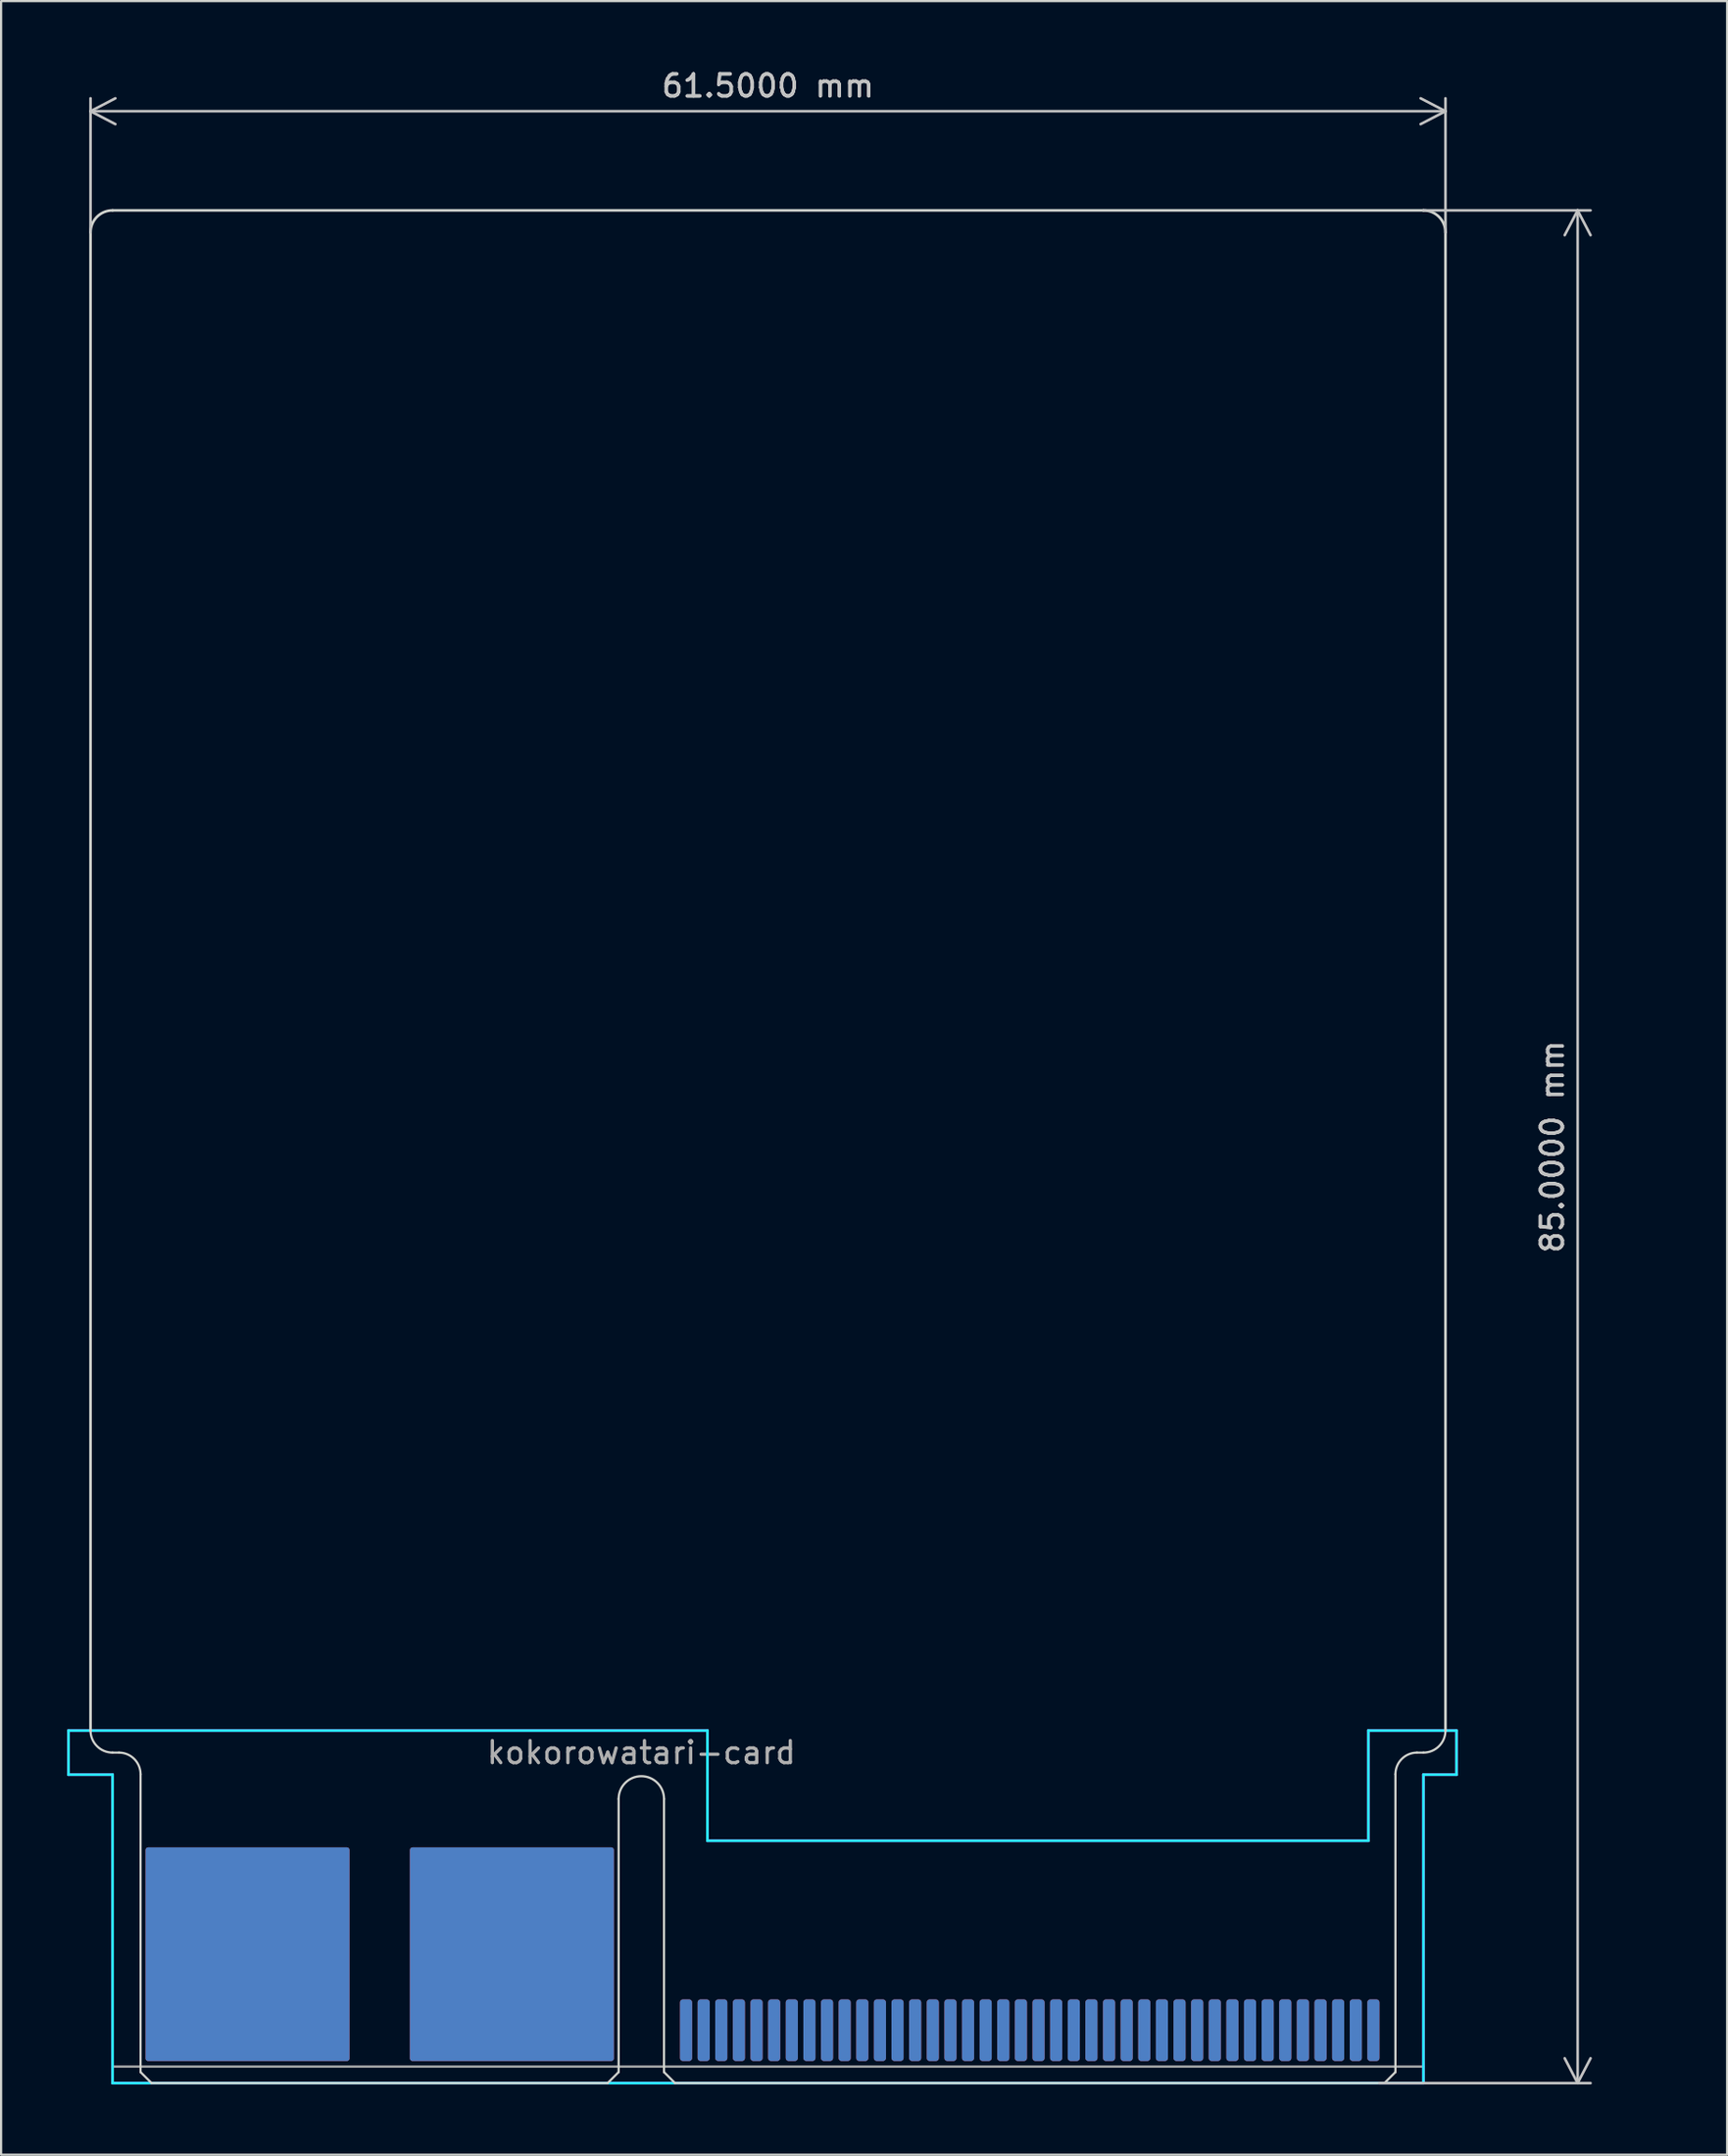
<source format=kicad_pcb>
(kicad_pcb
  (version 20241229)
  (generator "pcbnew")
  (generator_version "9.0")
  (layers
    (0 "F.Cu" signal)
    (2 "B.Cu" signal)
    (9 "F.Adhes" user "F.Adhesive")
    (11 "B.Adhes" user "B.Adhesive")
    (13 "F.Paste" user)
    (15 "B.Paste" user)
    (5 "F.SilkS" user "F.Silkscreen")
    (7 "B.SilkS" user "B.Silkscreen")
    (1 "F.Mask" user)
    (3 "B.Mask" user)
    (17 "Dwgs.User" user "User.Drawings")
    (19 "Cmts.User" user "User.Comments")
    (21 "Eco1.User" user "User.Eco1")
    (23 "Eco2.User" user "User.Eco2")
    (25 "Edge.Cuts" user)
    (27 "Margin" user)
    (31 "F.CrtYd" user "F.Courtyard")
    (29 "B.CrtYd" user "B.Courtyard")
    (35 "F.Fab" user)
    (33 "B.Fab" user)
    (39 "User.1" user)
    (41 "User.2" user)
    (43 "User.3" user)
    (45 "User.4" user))
  (footprint "kokorowatari-card"
    (layer "F.Cu")
    (at 26.06 91.498)
    (property "Reference" "kokorowatari-card" (at 0 -15 0) (unlocked yes) (layer "F.Fab") (effects (font (size 1 1) (thickness 0.15))))
    (attr smd)
    (fp_poly (pts (xy -1.5 0.1) (xy -0.9 -0.5) (xy -0.9 -10.8) (xy -22.8 -10.8) (xy -22.8 -0.4) (xy -22.3 0.1)) (stroke (width 0.1) (type solid)) (fill yes) (layer "F.Mask"))
    (fp_poly (pts (xy 0.9 -0.5) (xy 1.5 0.1) (xy 33.7 0.1) (xy 34.3 -0.5) (xy 34.3 -3.9) (xy 0.9 -3.9)) (stroke (width 0.1) (type solid)) (fill yes) (layer "F.Mask"))
    (fp_poly (pts (xy -1.5 0.1) (xy -0.9 -0.5) (xy -0.9 -10.8) (xy -22.8 -10.8) (xy -22.8 -0.4) (xy -22.3 0.1)) (stroke (width 0.1) (type solid)) (fill yes) (layer "B.Mask"))
    (fp_poly (pts (xy 0.9 -0.5) (xy 1.5 0.1) (xy 33.7 0.1) (xy 34.3 -0.5) (xy 34.3 -3.9) (xy 0.9 -3.9)) (stroke (width 0.1) (type solid)) (fill yes) (layer "B.Mask"))
    (fp_line (start -25 -16) (end -25 -84) (stroke (width 0.12) (type default)) (layer "Edge.Cuts"))
    (fp_line (start -24 -85) (end 35.5 -85) (stroke (width 0.12) (type default)) (layer "Edge.Cuts"))
    (fp_line (start -23.71 -15) (end -24 -15) (stroke (width 0.1) (type default)) (layer "Edge.Cuts"))
    (fp_line (start -22.73 -14.02) (end -22.73 -0.5) (stroke (width 0.1) (type default)) (layer "Edge.Cuts"))
    (fp_line (start -22.73 -0.5) (end -22.23 0) (stroke (width 0.1) (type default)) (layer "Edge.Cuts"))
    (fp_line (start -22.23 0) (end -1.53 0) (stroke (width 0.1) (type default)) (layer "Edge.Cuts"))
    (fp_line (start -1.03 -12.9) (end -1.03 -0.5) (stroke (width 0.1) (type default)) (layer "Edge.Cuts"))
    (fp_line (start -1.03 -0.5) (end -1.53 0) (stroke (width 0.1) (type default)) (layer "Edge.Cuts"))
    (fp_line (start 1.03 -12.9) (end 1.03 -0.5) (stroke (width 0.1) (type default)) (layer "Edge.Cuts"))
    (fp_line (start 1.03 -0.5) (end 1.53 0) (stroke (width 0.1) (type default)) (layer "Edge.Cuts"))
    (fp_line (start 1.53 0) (end 33.73 0) (stroke (width 0.1) (type default)) (layer "Edge.Cuts"))
    (fp_line (start 34.23 -14.02) (end 34.23 -0.5) (stroke (width 0.1) (type default)) (layer "Edge.Cuts"))
    (fp_line (start 34.23 -0.5) (end 33.73 0) (stroke (width 0.1) (type default)) (layer "Edge.Cuts"))
    (fp_line (start 35.21 -15) (end 35.5 -15) (stroke (width 0.1) (type default)) (layer "Edge.Cuts"))
    (fp_line (start 36.5 -16) (end 36.5 -84) (stroke (width 0.12) (type default)) (layer "Edge.Cuts"))
    (fp_arc (start -25 -84) (mid -24.707107 -84.707107) (end -24 -85) (stroke (width 0.12) (type default)) (layer "Edge.Cuts"))
    (fp_arc (start -24 -15) (mid -24.707106 -15.292894) (end -25 -16) (stroke (width 0.1) (type default)) (layer "Edge.Cuts"))
    (fp_arc (start -23.71 -15) (mid -23.017036 -14.712964) (end -22.73 -14.02) (stroke (width 0.1) (type default)) (layer "Edge.Cuts"))
    (fp_arc (start -1.03 -12.9) (mid 0 -13.93) (end 1.03 -12.9) (stroke (width 0.1) (type default)) (layer "Edge.Cuts"))
    (fp_arc (start 34.23 -14.02) (mid 34.517035 -14.712965) (end 35.21 -15) (stroke (width 0.1) (type default)) (layer "Edge.Cuts"))
    (fp_arc (start 35.5 -85) (mid 36.207107 -84.707107) (end 36.5 -84) (stroke (width 0.12) (type default)) (layer "Edge.Cuts"))
    (fp_arc (start 36.5 -16) (mid 36.207107 -15.292893) (end 35.5 -15) (stroke (width 0.1) (type default)) (layer "Edge.Cuts"))
    (fp_line (start -26 -16) (end -26 -14) (stroke (width 0.12) (type default)) (layer "B.CrtYd"))
    (fp_line (start -26 -14) (end -24 -14) (stroke (width 0.12) (type default)) (layer "B.CrtYd"))
    (fp_line (start -24 -14) (end -24 0) (stroke (width 0.12) (type default)) (layer "B.CrtYd"))
    (fp_line (start -24 0) (end 35.5 0) (stroke (width 0.12) (type default)) (layer "B.CrtYd"))
    (fp_line (start 3 -16) (end -26 -16) (stroke (width 0.12) (type default)) (layer "B.CrtYd"))
    (fp_line (start 3 -11) (end 3 -16) (stroke (width 0.12) (type default)) (layer "B.CrtYd"))
    (fp_line (start 33 -16) (end 33 -11) (stroke (width 0.12) (type default)) (layer "B.CrtYd"))
    (fp_line (start 33 -11) (end 3 -11) (stroke (width 0.12) (type default)) (layer "B.CrtYd"))
    (fp_line (start 35.5 -14) (end 37 -14) (stroke (width 0.12) (type default)) (layer "B.CrtYd"))
    (fp_line (start 35.5 0) (end 35.5 -14) (stroke (width 0.12) (type default)) (layer "B.CrtYd"))
    (fp_line (start 37 -16) (end 33 -16) (stroke (width 0.12) (type default)) (layer "B.CrtYd"))
    (fp_line (start 37 -14) (end 37 -16) (stroke (width 0.12) (type default)) (layer "B.CrtYd"))
    (fp_line (start -26 -16) (end -26 -14) (stroke (width 0.12) (type default)) (layer "F.CrtYd"))
    (fp_line (start -26 -14) (end -24 -14) (stroke (width 0.12) (type default)) (layer "F.CrtYd"))
    (fp_line (start -25 -16) (end -26 -16) (stroke (width 0.12) (type default)) (layer "F.CrtYd"))
    (fp_line (start -25 -16) (end 3 -16) (stroke (width 0.12) (type default)) (layer "F.CrtYd"))
    (fp_line (start -24 -14) (end -24 0) (stroke (width 0.12) (type default)) (layer "F.CrtYd"))
    (fp_line (start 3 -16) (end 3 -11) (stroke (width 0.12) (type default)) (layer "F.CrtYd"))
    (fp_line (start 3 -11) (end 33 -11) (stroke (width 0.12) (type default)) (layer "F.CrtYd"))
    (fp_line (start 33 -16) (end 37 -16) (stroke (width 0.12) (type default)) (layer "F.CrtYd"))
    (fp_line (start 33 -11) (end 33 -16) (stroke (width 0.12) (type default)) (layer "F.CrtYd"))
    (fp_line (start 35.5 -14) (end 35.5 0) (stroke (width 0.12) (type default)) (layer "F.CrtYd"))
    (fp_line (start 35.5 0) (end -24 0) (stroke (width 0.12) (type default)) (layer "F.CrtYd"))
    (fp_line (start 37 -16) (end 37 -14) (stroke (width 0.12) (type default)) (layer "F.CrtYd"))
    (fp_line (start 37 -14) (end 35.5 -14) (stroke (width 0.12) (type default)) (layer "F.CrtYd"))
    (fp_line (start 35.5 -0.75) (end -24 -0.75) (stroke (width 0.1) (type default)) (layer "F.Fab"))
    (fp_line (start 35.5 0) (end -24 0) (stroke (width 0.1) (type default)) (layer "F.Fab"))
    (dimension (type orthogonal) (layer "Dwgs.User") (pts (xy 59.06 91.498) (xy 61.06 6.498)) (height 9.5) (orientation 1) (format (prefix "") (suffix "") (units 3) (units_format 1) (precision 4)) (style (thickness 0.12) (arrow_length 1.27) (text_position_mode 0) (arrow_direction outward) (extension_height 0.586) (extension_offset 0.5) (keep_text_aligned yes)) (gr_text "85.0000 mm" (at 67.41 48.998 90) (layer "Dwgs.User") (effects (font (size 1 1) (thickness 0.15)))))
    (dimension (type orthogonal) (layer "Dwgs.User") (pts (xy 1.06 7.998) (xy 62.56 7.998)) (height -6) (orientation 0) (format (prefix "") (suffix "") (units 3) (units_format 1) (precision 4)) (style (thickness 0.12) (arrow_length 1.27) (text_position_mode 0) (arrow_direction outward) (extension_height 0.586) (extension_offset 0.5) (keep_text_aligned yes)) (gr_text "61.5000 mm" (at 31.81 0.848 0) (layer "Dwgs.User") (effects (font (size 1 1) (thickness 0.15)))))
    (pad "1" smd roundrect (at 33.23 -2.4 90) (size 2.8 0.55) (layers "F.Cu") (roundrect_rratio 0.25))
    (pad "2" smd roundrect (at 33.23 -2.4 270) (size 2.8 0.55) (layers "B.Cu") (roundrect_rratio 0.25))
    (pad "3" smd roundrect (at 32.43 -2.4 90) (size 2.8 0.55) (layers "F.Cu") (roundrect_rratio 0.25))
    (pad "4" smd roundrect (at 32.43 -2.4 270) (size 2.8 0.55) (layers "B.Cu") (roundrect_rratio 0.25))
    (pad "5" smd roundrect (at 31.63 -2.4 90) (size 2.8 0.55) (layers "F.Cu") (roundrect_rratio 0.25))
    (pad "6" smd roundrect (at 31.63 -2.4 270) (size 2.8 0.55) (layers "B.Cu") (roundrect_rratio 0.25))
    (pad "7" smd roundrect (at 30.83 -2.4 90) (size 2.8 0.55) (layers "F.Cu") (roundrect_rratio 0.25))
    (pad "8" smd roundrect (at 30.83 -2.4 270) (size 2.8 0.55) (layers "B.Cu") (roundrect_rratio 0.25))
    (pad "9" smd roundrect (at 30.03 -2.4 90) (size 2.8 0.55) (layers "F.Cu") (roundrect_rratio 0.25))
    (pad "10" smd roundrect (at 30.03 -2.4 270) (size 2.8 0.55) (layers "B.Cu") (roundrect_rratio 0.25))
    (pad "11" smd roundrect (at 29.23 -2.4 90) (size 2.8 0.55) (layers "F.Cu") (roundrect_rratio 0.25))
    (pad "12" smd roundrect (at 29.23 -2.4 270) (size 2.8 0.55) (layers "B.Cu") (roundrect_rratio 0.25))
    (pad "13" smd roundrect (at 28.43 -2.4 90) (size 2.8 0.55) (layers "F.Cu") (roundrect_rratio 0.25))
    (pad "14" smd roundrect (at 28.43 -2.4 270) (size 2.8 0.55) (layers "B.Cu") (roundrect_rratio 0.25))
    (pad "15" smd roundrect (at 27.63 -2.4 90) (size 2.8 0.55) (layers "F.Cu") (roundrect_rratio 0.25))
    (pad "16" smd roundrect (at 27.63 -2.4 270) (size 2.8 0.55) (layers "B.Cu") (roundrect_rratio 0.25))
    (pad "17" smd roundrect (at 26.83 -2.4 90) (size 2.8 0.55) (layers "F.Cu") (roundrect_rratio 0.25))
    (pad "18" smd roundrect (at 26.83 -2.4 270) (size 2.8 0.55) (layers "B.Cu") (roundrect_rratio 0.25))
    (pad "19" smd roundrect (at 26.03 -2.4 90) (size 2.8 0.55) (layers "F.Cu") (roundrect_rratio 0.25))
    (pad "20" smd roundrect (at 26.03 -2.4 270) (size 2.8 0.55) (layers "B.Cu") (roundrect_rratio 0.25))
    (pad "21" smd roundrect (at 25.23 -2.4 90) (size 2.8 0.55) (layers "F.Cu") (roundrect_rratio 0.25))
    (pad "22" smd roundrect (at 25.23 -2.4 270) (size 2.8 0.55) (layers "B.Cu") (roundrect_rratio 0.25))
    (pad "23" smd roundrect (at 24.43 -2.4 90) (size 2.8 0.55) (layers "F.Cu") (roundrect_rratio 0.25))
    (pad "24" smd roundrect (at 24.43 -2.4 270) (size 2.8 0.55) (layers "B.Cu") (roundrect_rratio 0.25))
    (pad "25" smd roundrect (at 23.63 -2.4 90) (size 2.8 0.55) (layers "F.Cu") (roundrect_rratio 0.25))
    (pad "26" smd roundrect (at 23.63 -2.4 270) (size 2.8 0.55) (layers "B.Cu") (roundrect_rratio 0.25))
    (pad "27" smd roundrect (at 22.83 -2.4 90) (size 2.8 0.55) (layers "F.Cu") (roundrect_rratio 0.25))
    (pad "28" smd roundrect (at 22.83 -2.4 270) (size 2.8 0.55) (layers "B.Cu") (roundrect_rratio 0.25))
    (pad "29" smd roundrect (at 22.03 -2.4 90) (size 2.8 0.55) (layers "F.Cu") (roundrect_rratio 0.25))
    (pad "30" smd roundrect (at 22.03 -2.4 270) (size 2.8 0.55) (layers "B.Cu") (roundrect_rratio 0.25))
    (pad "31" smd roundrect (at 21.23 -2.4 90) (size 2.8 0.55) (layers "F.Cu") (roundrect_rratio 0.25))
    (pad "32" smd roundrect (at 21.23 -2.4 270) (size 2.8 0.55) (layers "B.Cu") (roundrect_rratio 0.25))
    (pad "33" smd roundrect (at 20.43 -2.4 90) (size 2.8 0.55) (layers "F.Cu") (roundrect_rratio 0.25))
    (pad "34" smd roundrect (at 20.43 -2.4 270) (size 2.8 0.55) (layers "B.Cu") (roundrect_rratio 0.25))
    (pad "35" smd roundrect (at 19.63 -2.4 90) (size 2.8 0.55) (layers "F.Cu") (roundrect_rratio 0.25))
    (pad "36" smd roundrect (at 19.63 -2.4 270) (size 2.8 0.55) (layers "B.Cu") (roundrect_rratio 0.25))
    (pad "37" smd roundrect (at 18.83 -2.4 90) (size 2.8 0.55) (layers "F.Cu") (roundrect_rratio 0.25))
    (pad "38" smd roundrect (at 18.83 -2.4 270) (size 2.8 0.55) (layers "B.Cu") (roundrect_rratio 0.25))
    (pad "39" smd roundrect (at 18.03 -2.4 90) (size 2.8 0.55) (layers "F.Cu") (roundrect_rratio 0.25))
    (pad "40" smd roundrect (at 18.03 -2.4 270) (size 2.8 0.55) (layers "B.Cu") (roundrect_rratio 0.25))
    (pad "41" smd roundrect (at 17.23 -2.4 90) (size 2.8 0.55) (layers "F.Cu") (roundrect_rratio 0.25))
    (pad "42" smd roundrect (at 17.23 -2.4 270) (size 2.8 0.55) (layers "B.Cu") (roundrect_rratio 0.25))
    (pad "43" smd roundrect (at 16.43 -2.4 90) (size 2.8 0.55) (layers "F.Cu") (roundrect_rratio 0.25))
    (pad "44" smd roundrect (at 16.43 -2.4 270) (size 2.8 0.55) (layers "B.Cu") (roundrect_rratio 0.25))
    (pad "45" smd roundrect (at 15.63 -2.4 90) (size 2.8 0.55) (layers "F.Cu") (roundrect_rratio 0.25))
    (pad "46" smd roundrect (at 15.63 -2.4 270) (size 2.8 0.55) (layers "B.Cu") (roundrect_rratio 0.25))
    (pad "47" smd roundrect (at 14.83 -2.4 90) (size 2.8 0.55) (layers "F.Cu") (roundrect_rratio 0.25))
    (pad "48" smd roundrect (at 14.83 -2.4 270) (size 2.8 0.55) (layers "B.Cu") (roundrect_rratio 0.25))
    (pad "49" smd roundrect (at 14.03 -2.4 90) (size 2.8 0.55) (layers "F.Cu") (roundrect_rratio 0.25))
    (pad "50" smd roundrect (at 14.03 -2.4 270) (size 2.8 0.55) (layers "B.Cu") (roundrect_rratio 0.25))
    (pad "51" smd roundrect (at 13.23 -2.4 90) (size 2.8 0.55) (layers "F.Cu") (roundrect_rratio 0.25))
    (pad "52" smd roundrect (at 13.23 -2.4 270) (size 2.8 0.55) (layers "B.Cu") (roundrect_rratio 0.25))
    (pad "53" smd roundrect (at 12.43 -2.4 90) (size 2.8 0.55) (layers "F.Cu") (roundrect_rratio 0.25))
    (pad "54" smd roundrect (at 12.43 -2.4 270) (size 2.8 0.55) (layers "B.Cu") (roundrect_rratio 0.25))
    (pad "55" smd roundrect (at 11.63 -2.4 90) (size 2.8 0.55) (layers "F.Cu") (roundrect_rratio 0.25))
    (pad "56" smd roundrect (at 11.63 -2.4 270) (size 2.8 0.55) (layers "B.Cu") (roundrect_rratio 0.25))
    (pad "57" smd roundrect (at 10.83 -2.4 90) (size 2.8 0.55) (layers "F.Cu") (roundrect_rratio 0.25))
    (pad "58" smd roundrect (at 10.83 -2.4 270) (size 2.8 0.55) (layers "B.Cu") (roundrect_rratio 0.25))
    (pad "59" smd roundrect (at 10.03 -2.4 90) (size 2.8 0.55) (layers "F.Cu") (roundrect_rratio 0.25))
    (pad "60" smd roundrect (at 10.03 -2.4 270) (size 2.8 0.55) (layers "B.Cu") (roundrect_rratio 0.25))
    (pad "61" smd roundrect (at 9.23 -2.4 90) (size 2.8 0.55) (layers "F.Cu") (roundrect_rratio 0.25))
    (pad "62" smd roundrect (at 9.23 -2.4 270) (size 2.8 0.55) (layers "B.Cu") (roundrect_rratio 0.25))
    (pad "63" smd roundrect (at 8.43 -2.4 90) (size 2.8 0.55) (layers "F.Cu") (roundrect_rratio 0.25))
    (pad "64" smd roundrect (at 8.43 -2.4 270) (size 2.8 0.55) (layers "B.Cu") (roundrect_rratio 0.25))
    (pad "65" smd roundrect (at 7.63 -2.4 90) (size 2.8 0.55) (layers "F.Cu") (roundrect_rratio 0.25))
    (pad "66" smd roundrect (at 7.63 -2.4 270) (size 2.8 0.55) (layers "B.Cu") (roundrect_rratio 0.25))
    (pad "67" smd roundrect (at 6.83 -2.4 90) (size 2.8 0.55) (layers "F.Cu") (roundrect_rratio 0.25))
    (pad "68" smd roundrect (at 6.83 -2.4 270) (size 2.8 0.55) (layers "B.Cu") (roundrect_rratio 0.25))
    (pad "69" smd roundrect (at 6.03 -2.4 90) (size 2.8 0.55) (layers "F.Cu") (roundrect_rratio 0.25))
    (pad "70" smd roundrect (at 6.03 -2.4 270) (size 2.8 0.55) (layers "B.Cu") (roundrect_rratio 0.25))
    (pad "71" smd roundrect (at 5.23 -2.4 90) (size 2.8 0.55) (layers "F.Cu") (roundrect_rratio 0.25))
    (pad "72" smd roundrect (at 5.23 -2.4 270) (size 2.8 0.55) (layers "B.Cu") (roundrect_rratio 0.25))
    (pad "73" smd roundrect (at 4.43 -2.4 90) (size 2.8 0.55) (layers "F.Cu") (roundrect_rratio 0.25))
    (pad "74" smd roundrect (at 4.43 -2.4 270) (size 2.8 0.55) (layers "B.Cu") (roundrect_rratio 0.25))
    (pad "75" smd roundrect (at 3.63 -2.4 90) (size 2.8 0.55) (layers "F.Cu") (roundrect_rratio 0.25))
    (pad "76" smd roundrect (at 3.63 -2.4 270) (size 2.8 0.55) (layers "B.Cu") (roundrect_rratio 0.25))
    (pad "77" smd roundrect (at 2.83 -2.4 90) (size 2.8 0.55) (layers "F.Cu") (roundrect_rratio 0.25))
    (pad "78" smd roundrect (at 2.83 -2.4 270) (size 2.8 0.55) (layers "B.Cu") (roundrect_rratio 0.25))
    (pad "79" smd roundrect (at 2.03 -2.4 90) (size 2.8 0.55) (layers "F.Cu") (roundrect_rratio 0.25))
    (pad "80" smd roundrect (at 2.03 -2.4 270) (size 2.8 0.55) (layers "B.Cu") (roundrect_rratio 0.25))
    (pad "P01" smd roundrect (at -5.875 -5.85 90) (size 9.7 9.26) (layers "F.Cu") (roundrect_rratio 0.013))
    (pad "P02" smd roundrect (at -5.875 -5.85 270) (size 9.7 9.26) (layers "B.Cu") (roundrect_rratio 0.013))
    (pad "P03" smd roundrect (at -17.875 -5.85 90) (size 9.7 9.26) (layers "F.Cu") (roundrect_rratio 0.013))
    (pad "P04" smd roundrect (at -17.875 -5.85 270) (size 9.7 9.26) (layers "B.Cu") (roundrect_rratio 0.013)))
  (gr_rect
    (start -3 -3)
    (end 75.345 94.748)
    (stroke (width 0.1) (type default))
    (fill no)
    (layer "Edge.Cuts")))
</source>
